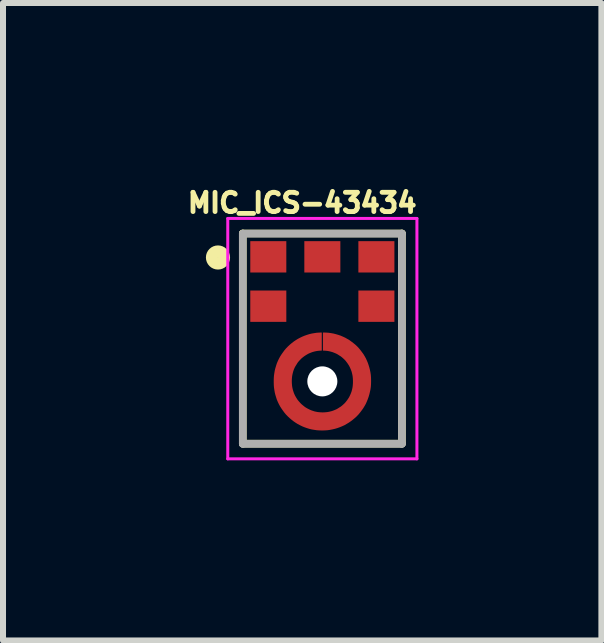
<source format=kicad_pcb>
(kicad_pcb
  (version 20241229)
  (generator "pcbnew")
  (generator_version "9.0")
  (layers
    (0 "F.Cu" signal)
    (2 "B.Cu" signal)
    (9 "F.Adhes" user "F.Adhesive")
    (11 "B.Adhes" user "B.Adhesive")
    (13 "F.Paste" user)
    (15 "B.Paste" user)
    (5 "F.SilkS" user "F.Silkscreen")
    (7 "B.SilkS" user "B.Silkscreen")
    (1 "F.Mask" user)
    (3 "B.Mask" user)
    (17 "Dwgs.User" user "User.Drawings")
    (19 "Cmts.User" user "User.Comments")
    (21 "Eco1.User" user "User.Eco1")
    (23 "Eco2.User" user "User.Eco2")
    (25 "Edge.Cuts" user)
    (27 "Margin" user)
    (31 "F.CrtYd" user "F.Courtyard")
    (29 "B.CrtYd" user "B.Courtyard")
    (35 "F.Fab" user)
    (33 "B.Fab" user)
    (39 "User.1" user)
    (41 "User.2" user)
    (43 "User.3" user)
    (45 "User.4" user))
  (footprint "MIC_ICS-43434"
    (layer "F.Cu")
    (at 2.318 2.588)
    (property "Reference" "MIC_ICS-43434" (at -0.335 -2.259 0) (layer "F.SilkS") (effects (font (size 0.321 0.321) (thickness 0.15))))
    (attr smd)
    (fp_circle (center 0 0.713) (end 0.665 0.713) (stroke (width 0.5) (type solid)) (fill no) (layer "F.Mask"))
    (fp_line (start -1.325 -1.75) (end -1.325 1.75) (stroke (width 0.127) (type solid)) (layer "F.SilkS"))
    (fp_line (start -1.325 1.75) (end 1.325 1.75) (stroke (width 0.127) (type solid)) (layer "F.SilkS"))
    (fp_line (start 1.325 -1.75) (end -1.325 -1.75) (stroke (width 0.127) (type solid)) (layer "F.SilkS"))
    (fp_line (start 1.325 1.75) (end 1.325 -1.75) (stroke (width 0.127) (type solid)) (layer "F.SilkS"))
    (fp_circle (center -1.738 -1.35) (end -1.637 -1.35) (stroke (width 0.2) (type solid)) (fill no) (layer "F.SilkS"))
    (fp_poly (pts (xy -0.65 -1.572) (xy -0.65 -1.15) (xy -1.15 -1.15) (xy -1.15 -1.572)) (stroke (width 0.001) (type solid)) (fill yes) (layer "F.Paste"))
    (fp_poly (pts (xy -0.65 -0.75) (xy -0.65 -0.328) (xy -1.15 -0.328) (xy -1.15 -0.75)) (stroke (width 0.001) (type solid)) (fill yes) (layer "F.Paste"))
    (fp_poly (pts (xy 0.25 -1.572) (xy 0.25 -1.15) (xy -0.25 -1.15) (xy -0.25 -1.572)) (stroke (width 0.001) (type solid)) (fill yes) (layer "F.Paste"))
    (fp_poly (pts (xy 1.15 -1.572) (xy 1.15 -1.15) (xy 0.65 -1.15) (xy 0.65 -1.572)) (stroke (width 0.001) (type solid)) (fill yes) (layer "F.Paste"))
    (fp_poly (pts (xy 1.15 -0.75) (xy 1.15 -0.328) (xy 0.65 -0.328) (xy 0.65 -0.75)) (stroke (width 0.001) (type solid)) (fill yes) (layer "F.Paste"))
    (fp_poly (pts (xy -0.51 0.763) (xy -0.81 0.763) (xy -0.807 0.802) (xy -0.802 0.84) (xy -0.795 0.879) (xy -0.787 0.917) (xy -0.776 0.955) (xy -0.764 0.993) (xy -0.749 1.029) (xy -0.733 1.065) (xy -0.716 1.1) (xy -0.696 1.134) (xy -0.675 1.167) (xy -0.653 1.2) (xy -0.628 1.231) (xy -0.603 1.26) (xy -0.576 1.289) (xy -0.547 1.316) (xy -0.518 1.341) (xy -0.487 1.366) (xy -0.454 1.388) (xy -0.421 1.409) (xy -0.387 1.429) (xy -0.352 1.446) (xy -0.316 1.462) (xy -0.28 1.477) (xy -0.242 1.489) (xy -0.204 1.5) (xy -0.166 1.508) (xy -0.127 1.515) (xy -0.089 1.52) (xy -0.05 1.523) (xy -0.05 1.223) (xy -0.071 1.221) (xy -0.095 1.217) (xy -0.118 1.212) (xy -0.141 1.206) (xy -0.163 1.199) (xy -0.186 1.191) (xy -0.208 1.182) (xy -0.229 1.172) (xy -0.25 1.161) (xy -0.27 1.149) (xy -0.29 1.136) (xy -0.31 1.123) (xy -0.328 1.108) (xy -0.346 1.092) (xy -0.363 1.076) (xy -0.379 1.059) (xy -0.395 1.041) (xy -0.41 1.023) (xy -0.423 1.003) (xy -0.436 0.983) (xy -0.448 0.963) (xy -0.459 0.942) (xy -0.469 0.921) (xy -0.478 0.899) (xy -0.486 0.876) (xy -0.493 0.854) (xy -0.499 0.831) (xy -0.504 0.808) (xy -0.508 0.784) (xy -0.51 0.763)) (stroke (width 0.001) (type solid)) (fill yes) (layer "F.Paste"))
    (fp_poly (pts (xy -0.05 0.203) (xy -0.05 -0.097) (xy -0.089 -0.094) (xy -0.127 -0.089) (xy -0.166 -0.082) (xy -0.204 -0.074) (xy -0.242 -0.063) (xy -0.28 -0.051) (xy -0.316 -0.036) (xy -0.352 -0.02) (xy -0.387 -0.003) (xy -0.421 0.017) (xy -0.454 0.038) (xy -0.487 0.06) (xy -0.518 0.085) (xy -0.547 0.11) (xy -0.576 0.137) (xy -0.603 0.166) (xy -0.628 0.195) (xy -0.653 0.226) (xy -0.675 0.259) (xy -0.696 0.292) (xy -0.716 0.326) (xy -0.733 0.361) (xy -0.749 0.397) (xy -0.764 0.433) (xy -0.776 0.471) (xy -0.787 0.509) (xy -0.795 0.547) (xy -0.802 0.586) (xy -0.807 0.624) (xy -0.81 0.663) (xy -0.51 0.663) (xy -0.508 0.642) (xy -0.504 0.618) (xy -0.499 0.595) (xy -0.493 0.572) (xy -0.486 0.55) (xy -0.478 0.527) (xy -0.469 0.505) (xy -0.459 0.484) (xy -0.448 0.463) (xy -0.436 0.443) (xy -0.423 0.423) (xy -0.41 0.403) (xy -0.395 0.385) (xy -0.379 0.367) (xy -0.363 0.35) (xy -0.346 0.334) (xy -0.328 0.318) (xy -0.31 0.303) (xy -0.29 0.29) (xy -0.27 0.277) (xy -0.25 0.265) (xy -0.229 0.254) (xy -0.208 0.244) (xy -0.186 0.235) (xy -0.163 0.227) (xy -0.141 0.22) (xy -0.118 0.214) (xy -0.095 0.209) (xy -0.071 0.205) (xy -0.05 0.203)) (stroke (width 0.001) (type solid)) (fill yes) (layer "F.Paste"))
    (fp_poly (pts (xy 0.05 1.223) (xy 0.05 1.523) (xy 0.089 1.52) (xy 0.127 1.515) (xy 0.166 1.508) (xy 0.204 1.5) (xy 0.242 1.489) (xy 0.28 1.477) (xy 0.316 1.462) (xy 0.352 1.446) (xy 0.387 1.429) (xy 0.421 1.409) (xy 0.454 1.388) (xy 0.487 1.366) (xy 0.518 1.341) (xy 0.547 1.316) (xy 0.576 1.289) (xy 0.603 1.26) (xy 0.628 1.231) (xy 0.653 1.2) (xy 0.675 1.167) (xy 0.696 1.134) (xy 0.716 1.1) (xy 0.733 1.065) (xy 0.749 1.029) (xy 0.764 0.993) (xy 0.776 0.955) (xy 0.787 0.917) (xy 0.795 0.879) (xy 0.802 0.84) (xy 0.807 0.802) (xy 0.81 0.763) (xy 0.51 0.763) (xy 0.508 0.784) (xy 0.504 0.808) (xy 0.499 0.831) (xy 0.493 0.854) (xy 0.486 0.876) (xy 0.478 0.899) (xy 0.469 0.921) (xy 0.459 0.942) (xy 0.448 0.963) (xy 0.436 0.983) (xy 0.423 1.003) (xy 0.41 1.023) (xy 0.395 1.041) (xy 0.379 1.059) (xy 0.363 1.076) (xy 0.346 1.092) (xy 0.328 1.108) (xy 0.31 1.123) (xy 0.29 1.136) (xy 0.27 1.149) (xy 0.25 1.161) (xy 0.229 1.172) (xy 0.208 1.182) (xy 0.186 1.191) (xy 0.163 1.199) (xy 0.141 1.206) (xy 0.118 1.212) (xy 0.095 1.217) (xy 0.071 1.221) (xy 0.05 1.223)) (stroke (width 0.001) (type solid)) (fill yes) (layer "F.Paste"))
    (fp_poly (pts (xy 0.51 0.663) (xy 0.81 0.663) (xy 0.807 0.624) (xy 0.802 0.586) (xy 0.795 0.547) (xy 0.787 0.509) (xy 0.776 0.471) (xy 0.764 0.433) (xy 0.749 0.397) (xy 0.733 0.361) (xy 0.716 0.326) (xy 0.696 0.292) (xy 0.675 0.259) (xy 0.653 0.226) (xy 0.628 0.195) (xy 0.603 0.166) (xy 0.576 0.137) (xy 0.547 0.11) (xy 0.518 0.085) (xy 0.487 0.06) (xy 0.454 0.038) (xy 0.421 0.017) (xy 0.387 -0.003) (xy 0.352 -0.02) (xy 0.316 -0.036) (xy 0.28 -0.051) (xy 0.242 -0.063) (xy 0.204 -0.074) (xy 0.166 -0.082) (xy 0.127 -0.089) (xy 0.089 -0.094) (xy 0.05 -0.097) (xy 0.05 0.203) (xy 0.071 0.205) (xy 0.095 0.209) (xy 0.118 0.214) (xy 0.141 0.22) (xy 0.163 0.227) (xy 0.186 0.235) (xy 0.208 0.244) (xy 0.229 0.254) (xy 0.25 0.265) (xy 0.27 0.277) (xy 0.29 0.29) (xy 0.31 0.303) (xy 0.328 0.318) (xy 0.346 0.334) (xy 0.363 0.35) (xy 0.379 0.367) (xy 0.395 0.385) (xy 0.41 0.403) (xy 0.423 0.423) (xy 0.436 0.443) (xy 0.448 0.463) (xy 0.459 0.484) (xy 0.469 0.505) (xy 0.478 0.527) (xy 0.486 0.55) (xy 0.493 0.572) (xy 0.499 0.595) (xy 0.504 0.618) (xy 0.508 0.642) (xy 0.51 0.663)) (stroke (width 0.001) (type solid)) (fill yes) (layer "F.Paste"))
    (fp_line (start -1.575 -2) (end 1.575 -2) (stroke (width 0.05) (type solid)) (layer "F.CrtYd"))
    (fp_line (start -1.575 2.003) (end -1.575 -2) (stroke (width 0.05) (type solid)) (layer "F.CrtYd"))
    (fp_line (start 1.575 -2) (end 1.575 2.003) (stroke (width 0.05) (type solid)) (layer "F.CrtYd"))
    (fp_line (start 1.575 2.003) (end -1.575 2.003) (stroke (width 0.05) (type solid)) (layer "F.CrtYd"))
    (fp_line (start -1.325 -1.747) (end 1.325 -1.747) (stroke (width 0.127) (type solid)) (layer "F.Fab"))
    (fp_line (start -1.325 1.753) (end -1.325 -1.747) (stroke (width 0.127) (type solid)) (layer "F.Fab"))
    (fp_line (start 1.325 -1.747) (end 1.325 1.753) (stroke (width 0.127) (type solid)) (layer "F.Fab"))
    (fp_line (start 1.325 1.753) (end -1.325 1.753) (stroke (width 0.127) (type solid)) (layer "F.Fab"))
    (pad "" np_thru_hole circle (at 0 0.713) (size 0.5 0.5) (drill 0.5) (layers "*.Cu" "*.Mask"))
    (pad "1" smd rect (at -0.9 -1.361) (size 0.6 0.522) (layers "F.Cu" "F.Mask"))
    (pad "2" smd rect (at -0.9 -0.539) (size 0.6 0.522) (layers "F.Cu" "F.Mask"))
    (pad "3" smd custom (at -0.015 1.383) (size 0.1 0.1) (layers "F.Cu") (options (anchor rect)) (primitives (gr_poly (pts (xy 0.005 -1.483) (xy 0.005 -1.183) (xy -0.021 -1.182) (xy -0.046 -1.18) (xy -0.072 -1.177) (xy -0.099 -1.172) (xy -0.123 -1.166) (xy -0.149 -1.159) (xy -0.173 -1.15) (xy -0.198 -1.14) (xy -0.222 -1.129) (xy -0.244 -1.116) (xy -0.267 -1.102) (xy -0.288 -1.088) (xy -0.309 -1.072) (xy -0.33 -1.055) (xy -0.348 -1.037) (xy -0.366 -1.018) (xy -0.384 -0.998) (xy -0.4 -0.977) (xy -0.413 -0.955) (xy -0.427 -0.933) (xy -0.441 -0.91) (xy -0.452 -0.886) (xy -0.462 -0.862) (xy -0.47 -0.838) (xy -0.477 -0.812) (xy -0.483 -0.787) (xy -0.488 -0.761) (xy -0.491 -0.735) (xy -0.493 -0.709) (xy -0.494 -0.683) (xy -0.494 -0.663) (xy -0.493 -0.636) (xy -0.491 -0.61) (xy -0.488 -0.583) (xy -0.483 -0.557) (xy -0.477 -0.531) (xy -0.469 -0.505) (xy -0.461 -0.48) (xy -0.451 -0.456) (xy -0.439 -0.431) (xy -0.426 -0.408) (xy -0.412 -0.385) (xy -0.398 -0.363) (xy -0.381 -0.342) (xy -0.363 -0.322) (xy -0.345 -0.302) (xy -0.326 -0.284) (xy -0.305 -0.267) (xy -0.284 -0.25) (xy -0.263 -0.235) (xy -0.239 -0.221) (xy -0.216 -0.209) (xy -0.192 -0.197) (xy -0.168 -0.187) (xy -0.142 -0.178) (xy -0.117 -0.17) (xy -0.09 -0.164) (xy -0.065 -0.159) (xy -0.037 -0.156) (xy -0.011 -0.154) (xy 0.015 -0.153) (xy 0.025 -0.153) (xy 0.051 -0.154) (xy 0.077 -0.156) (xy 0.103 -0.159) (xy 0.13 -0.164) (xy 0.154 -0.17) (xy 0.18 -0.177) (xy 0.204 -0.186) (xy 0.229 -0.196) (xy 0.253 -0.207) (xy 0.276 -0.22) (xy 0.297 -0.234) (xy 0.32 -0.248) (xy 0.341 -0.264) (xy 0.36 -0.281) (xy 0.38 -0.299) (xy 0.398 -0.318) (xy 0.414 -0.338) (xy 0.43 -0.359) (xy 0.445 -0.381) (xy 0.459 -0.403) (xy 0.471 -0.426) (xy 0.482 -0.45) (xy 0.492 -0.474) (xy 0.501 -0.498) (xy 0.508 -0.524) (xy 0.514 -0.549) (xy 0.519 -0.575) (xy 0.522 -0.601) (xy 0.524 -0.627) (xy 0.525 -0.653) (xy 0.525 -0.683) (xy 0.524 -0.709) (xy 0.522 -0.735) (xy 0.519 -0.761) (xy 0.514 -0.787) (xy 0.508 -0.812) (xy 0.501 -0.838) (xy 0.492 -0.862) (xy 0.482 -0.886) (xy 0.471 -0.91) (xy 0.459 -0.933) (xy 0.445 -0.955) (xy 0.43 -0.977) (xy 0.414 -0.998) (xy 0.398 -1.018) (xy 0.38 -1.037) (xy 0.36 -1.055) (xy 0.341 -1.072) (xy 0.32 -1.088) (xy 0.297 -1.102) (xy 0.276 -1.116) (xy 0.253 -1.129) (xy 0.229 -1.14) (xy 0.204 -1.15) (xy 0.18 -1.159) (xy 0.154 -1.166) (xy 0.13 -1.172) (xy 0.103 -1.177) (xy 0.077 -1.18) (xy 0.051 -1.182) (xy 0.025 -1.183) (xy 0.025 -1.483) (xy 0.035 -1.483) (xy 0.076 -1.482) (xy 0.118 -1.479) (xy 0.16 -1.473) (xy 0.2 -1.466) (xy 0.239 -1.456) (xy 0.28 -1.444) (xy 0.319 -1.431) (xy 0.356 -1.415) (xy 0.395 -1.397) (xy 0.43 -1.377) (xy 0.466 -1.356) (xy 0.499 -1.332) (xy 0.532 -1.307) (xy 0.565 -1.28) (xy 0.595 -1.252) (xy 0.623 -1.222) (xy 0.649 -1.19) (xy 0.674 -1.157) (xy 0.699 -1.123) (xy 0.72 -1.088) (xy 0.74 -1.052) (xy 0.757 -1.014) (xy 0.773 -0.976) (xy 0.786 -0.937) (xy 0.798 -0.897) (xy 0.808 -0.857) (xy 0.816 -0.817) (xy 0.822 -0.776) (xy 0.825 -0.734) (xy 0.826 -0.693) (xy 0.826 -0.663) (xy 0.825 -0.621) (xy 0.822 -0.578) (xy 0.816 -0.536) (xy 0.807 -0.495) (xy 0.797 -0.453) (xy 0.785 -0.413) (xy 0.771 -0.373) (xy 0.755 -0.334) (xy 0.738 -0.295) (xy 0.717 -0.258) (xy 0.695 -0.222) (xy 0.67 -0.187) (xy 0.644 -0.153) (xy 0.618 -0.121) (xy 0.589 -0.09) (xy 0.557 -0.061) (xy 0.525 -0.034) (xy 0.491 -0.008) (xy 0.457 0.016) (xy 0.42 0.038) (xy 0.384 0.059) (xy 0.344 0.077) (xy 0.305 0.093) (xy 0.266 0.107) (xy 0.226 0.119) (xy 0.183 0.129) (xy 0.142 0.137) (xy 0.101 0.143) (xy 0.058 0.146) (xy 0.015 0.147) (xy 0.005 0.147) (xy -0.036 0.146) (xy -0.079 0.143) (xy -0.119 0.137) (xy -0.161 0.13) (xy -0.202 0.12) (xy -0.241 0.108) (xy -0.281 0.094) (xy -0.32 0.078) (xy -0.357 0.06) (xy -0.395 0.04) (xy -0.43 0.018) (xy -0.465 -0.006) (xy -0.497 -0.031) (xy -0.529 -0.058) (xy -0.56 -0.087) (xy -0.59 -0.118) (xy -0.617 -0.15) (xy -0.641 -0.183) (xy -0.665 -0.217) (xy -0.688 -0.253) (xy -0.708 -0.29) (xy -0.726 -0.328) (xy -0.742 -0.366) (xy -0.755 -0.406) (xy -0.767 -0.446) (xy -0.777 -0.487) (xy -0.784 -0.528) (xy -0.79 -0.569) (xy -0.793 -0.611) (xy -0.794 -0.653) (xy -0.794 -0.683) (xy -0.793 -0.725) (xy -0.79 -0.767) (xy -0.784 -0.808) (xy -0.777 -0.849) (xy -0.767 -0.89) (xy -0.755 -0.93) (xy -0.742 -0.97) (xy -0.726 -1.008) (xy -0.708 -1.046) (xy -0.688 -1.083) (xy -0.665 -1.119) (xy -0.641 -1.153) (xy -0.617 -1.186) (xy -0.59 -1.218) (xy -0.56 -1.249) (xy -0.529 -1.278) (xy -0.497 -1.305) (xy -0.465 -1.33) (xy -0.43 -1.354) (xy -0.395 -1.376) (xy -0.357 -1.396) (xy -0.32 -1.414) (xy -0.281 -1.43) (xy -0.241 -1.444) (xy -0.202 -1.456) (xy -0.161 -1.466) (xy -0.119 -1.473) (xy -0.079 -1.479) (xy -0.036 -1.482) (xy 0.005 -1.483)) (width 0.001) (fill yes))))
    (pad "4" smd rect (at 0.9 -0.539) (size 0.6 0.522) (layers "F.Cu" "F.Mask"))
    (pad "5" smd rect (at 0.9 -1.361) (size 0.6 0.522) (layers "F.Cu" "F.Mask"))
    (pad "6" smd rect (at 0 -1.361) (size 0.6 0.522) (layers "F.Cu" "F.Mask")))
  (gr_rect
    (start -3 -3)
    (end 6.965 7.616)
    (stroke (width 0.1) (type default))
    (fill no)
    (layer "Edge.Cuts")))
</source>
